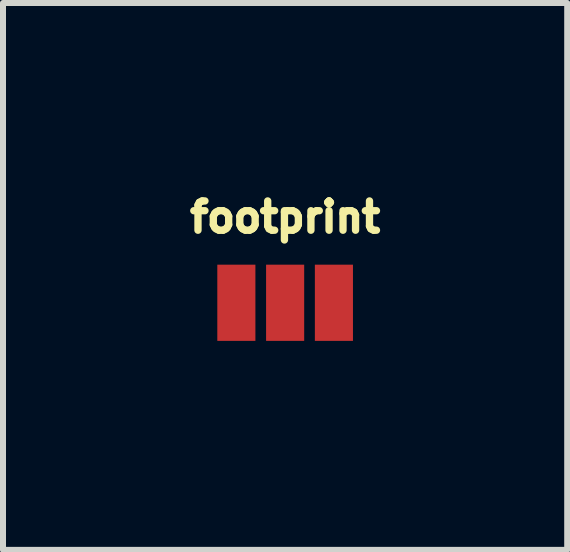
<source format=kicad_pcb>
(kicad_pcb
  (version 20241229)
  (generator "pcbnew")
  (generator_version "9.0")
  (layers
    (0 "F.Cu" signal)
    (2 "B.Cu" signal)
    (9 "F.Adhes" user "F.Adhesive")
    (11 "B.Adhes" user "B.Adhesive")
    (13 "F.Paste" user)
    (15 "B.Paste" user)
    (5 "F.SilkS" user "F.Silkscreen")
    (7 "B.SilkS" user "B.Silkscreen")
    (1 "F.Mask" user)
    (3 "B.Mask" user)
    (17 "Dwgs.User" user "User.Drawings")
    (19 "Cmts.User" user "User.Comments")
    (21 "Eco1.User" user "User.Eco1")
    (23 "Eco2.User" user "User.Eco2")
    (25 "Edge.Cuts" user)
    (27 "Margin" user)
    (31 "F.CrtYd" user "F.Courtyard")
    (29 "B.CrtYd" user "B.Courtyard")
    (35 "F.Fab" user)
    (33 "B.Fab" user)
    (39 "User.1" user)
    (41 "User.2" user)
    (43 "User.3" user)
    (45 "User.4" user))
  (footprint "footprint"
    (layer "F.Cu")
    (at 1.702 1.996)
    (property "Reference" "footprint" (at 0 -1.143 0) (layer "F.SilkS") (effects (font (size 0.488 0.488) (thickness 0.122)) (justify bottom)))
    (fp_poly (pts (xy -1.651 1.118) (xy 1.651 1.118) (xy 1.651 -1.118) (xy -1.651 -1.118)) (stroke (width 0) (type solid)) (fill yes) (layer "F.Paste"))
    (pad "1" smd rect (at -0.813 0) (size 0.635 1.27) (layers "F.Cu" "F.Mask"))
    (pad "2" smd rect (at 0 0) (size 0.635 1.27) (layers "F.Cu" "F.Mask"))
    (pad "3" smd rect (at 0.813 0) (size 0.635 1.27) (layers "F.Cu" "F.Mask")))
  (gr_rect
    (start -3 -3)
    (end 6.403 6.114)
    (stroke (width 0.1) (type default))
    (fill no)
    (layer "Edge.Cuts")))
</source>
